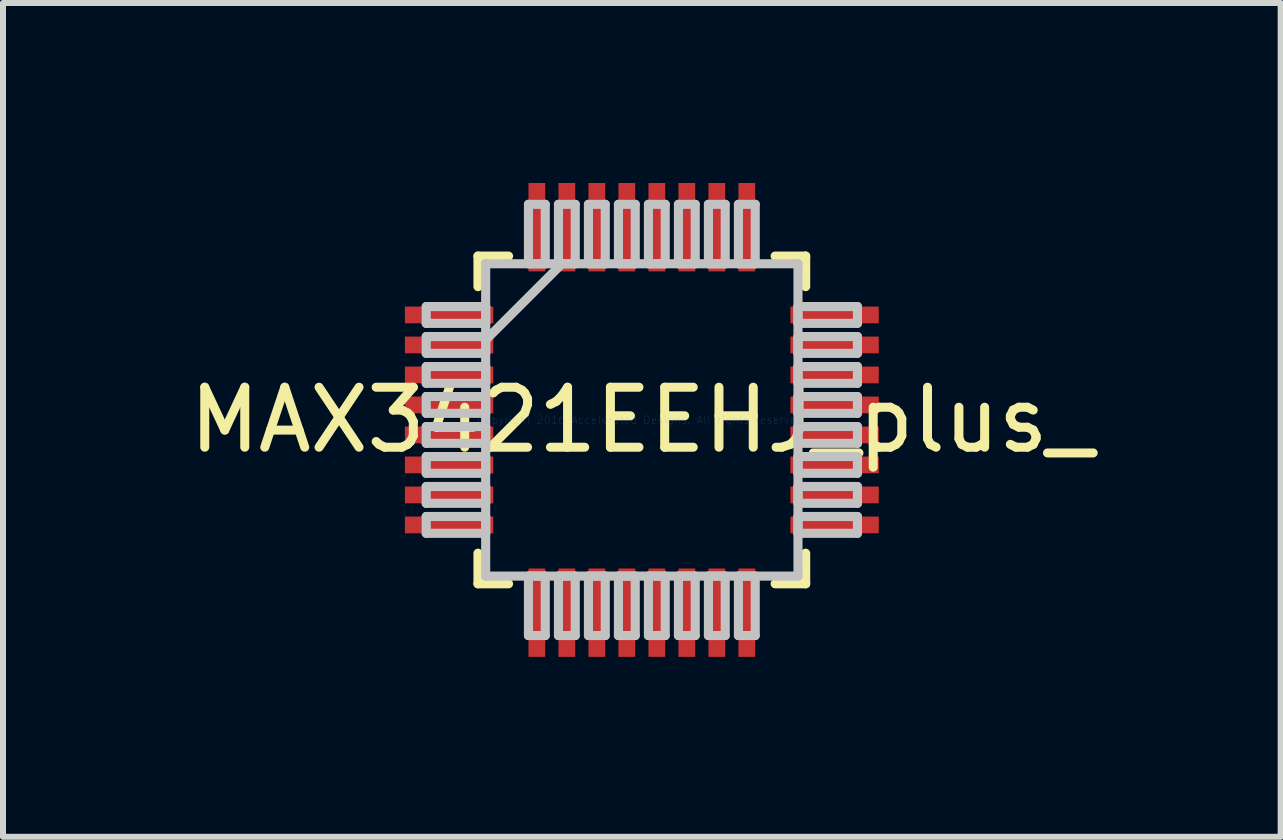
<source format=kicad_pcb>
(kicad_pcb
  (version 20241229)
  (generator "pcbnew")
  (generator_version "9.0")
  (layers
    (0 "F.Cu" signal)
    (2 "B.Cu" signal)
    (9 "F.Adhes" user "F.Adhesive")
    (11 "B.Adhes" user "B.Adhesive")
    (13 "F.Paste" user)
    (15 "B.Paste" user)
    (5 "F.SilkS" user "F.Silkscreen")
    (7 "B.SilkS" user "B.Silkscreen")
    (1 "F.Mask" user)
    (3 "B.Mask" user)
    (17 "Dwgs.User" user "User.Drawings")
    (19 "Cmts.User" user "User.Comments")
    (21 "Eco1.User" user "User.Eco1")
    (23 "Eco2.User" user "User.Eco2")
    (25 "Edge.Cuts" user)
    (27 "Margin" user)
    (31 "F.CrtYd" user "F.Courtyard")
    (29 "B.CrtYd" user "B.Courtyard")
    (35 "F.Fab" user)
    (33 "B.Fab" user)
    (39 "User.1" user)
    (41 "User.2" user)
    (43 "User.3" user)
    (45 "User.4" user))
  (footprint "MAX3421EEHJ_plus_"
    (layer "F.Cu")
    (at 7.649 3.95)
    (property "Reference" "MAX3421EEHJ_plus_" (at 0 0 0) (layer "F.SilkS") (effects (font (size 1 1) (thickness 0.15))))
    (attr through_hole)
    (fp_line (start -2.731 -2.731) (end -2.731 -2.222) (stroke (width 0.152) (type solid)) (layer "F.SilkS"))
    (fp_line (start -2.731 2.222) (end -2.731 2.731) (stroke (width 0.152) (type solid)) (layer "F.SilkS"))
    (fp_line (start -2.731 2.731) (end -2.222 2.731) (stroke (width 0.152) (type solid)) (layer "F.SilkS"))
    (fp_line (start -2.222 -2.731) (end -2.731 -2.731) (stroke (width 0.152) (type solid)) (layer "F.SilkS"))
    (fp_line (start 2.222 2.731) (end 2.731 2.731) (stroke (width 0.152) (type solid)) (layer "F.SilkS"))
    (fp_line (start 2.731 -2.731) (end 2.222 -2.731) (stroke (width 0.152) (type solid)) (layer "F.SilkS"))
    (fp_line (start 2.731 -2.222) (end 2.731 -2.731) (stroke (width 0.152) (type solid)) (layer "F.SilkS"))
    (fp_line (start 2.731 2.731) (end 2.731 2.222) (stroke (width 0.152) (type solid)) (layer "F.SilkS"))
    (fp_line (start -3.594 -1.89) (end -3.594 -1.61) (stroke (width 0.152) (type solid)) (layer "Dwgs.User"))
    (fp_line (start -3.594 -1.61) (end -2.603 -1.61) (stroke (width 0.152) (type solid)) (layer "Dwgs.User"))
    (fp_line (start -3.594 -1.39) (end -3.594 -1.11) (stroke (width 0.152) (type solid)) (layer "Dwgs.User"))
    (fp_line (start -3.594 -1.11) (end -2.603 -1.11) (stroke (width 0.152) (type solid)) (layer "Dwgs.User"))
    (fp_line (start -3.594 -0.89) (end -3.594 -0.61) (stroke (width 0.152) (type solid)) (layer "Dwgs.User"))
    (fp_line (start -3.594 -0.61) (end -2.603 -0.61) (stroke (width 0.152) (type solid)) (layer "Dwgs.User"))
    (fp_line (start -3.594 -0.39) (end -3.594 -0.11) (stroke (width 0.152) (type solid)) (layer "Dwgs.User"))
    (fp_line (start -3.594 -0.11) (end -2.603 -0.11) (stroke (width 0.152) (type solid)) (layer "Dwgs.User"))
    (fp_line (start -3.594 0.11) (end -3.594 0.39) (stroke (width 0.152) (type solid)) (layer "Dwgs.User"))
    (fp_line (start -3.594 0.39) (end -2.603 0.39) (stroke (width 0.152) (type solid)) (layer "Dwgs.User"))
    (fp_line (start -3.594 0.61) (end -3.594 0.89) (stroke (width 0.152) (type solid)) (layer "Dwgs.User"))
    (fp_line (start -3.594 0.89) (end -2.603 0.89) (stroke (width 0.152) (type solid)) (layer "Dwgs.User"))
    (fp_line (start -3.594 1.11) (end -3.594 1.39) (stroke (width 0.152) (type solid)) (layer "Dwgs.User"))
    (fp_line (start -3.594 1.39) (end -2.603 1.39) (stroke (width 0.152) (type solid)) (layer "Dwgs.User"))
    (fp_line (start -3.594 1.61) (end -3.594 1.89) (stroke (width 0.152) (type solid)) (layer "Dwgs.User"))
    (fp_line (start -3.594 1.89) (end -2.603 1.89) (stroke (width 0.152) (type solid)) (layer "Dwgs.User"))
    (fp_line (start -2.603 -2.603) (end -2.603 -2.603) (stroke (width 0.152) (type solid)) (layer "Dwgs.User"))
    (fp_line (start -2.603 -2.603) (end -2.603 2.603) (stroke (width 0.152) (type solid)) (layer "Dwgs.User"))
    (fp_line (start -2.603 -1.89) (end -3.594 -1.89) (stroke (width 0.152) (type solid)) (layer "Dwgs.User"))
    (fp_line (start -2.603 -1.61) (end -2.603 -1.89) (stroke (width 0.152) (type solid)) (layer "Dwgs.User"))
    (fp_line (start -2.603 -1.39) (end -3.594 -1.39) (stroke (width 0.152) (type solid)) (layer "Dwgs.User"))
    (fp_line (start -2.603 -1.333) (end -1.333 -2.603) (stroke (width 0.152) (type solid)) (layer "Dwgs.User"))
    (fp_line (start -2.603 -1.11) (end -2.603 -1.39) (stroke (width 0.152) (type solid)) (layer "Dwgs.User"))
    (fp_line (start -2.603 -0.89) (end -3.594 -0.89) (stroke (width 0.152) (type solid)) (layer "Dwgs.User"))
    (fp_line (start -2.603 -0.61) (end -2.603 -0.89) (stroke (width 0.152) (type solid)) (layer "Dwgs.User"))
    (fp_line (start -2.603 -0.39) (end -3.594 -0.39) (stroke (width 0.152) (type solid)) (layer "Dwgs.User"))
    (fp_line (start -2.603 -0.11) (end -2.603 -0.39) (stroke (width 0.152) (type solid)) (layer "Dwgs.User"))
    (fp_line (start -2.603 0.11) (end -3.594 0.11) (stroke (width 0.152) (type solid)) (layer "Dwgs.User"))
    (fp_line (start -2.603 0.39) (end -2.603 0.11) (stroke (width 0.152) (type solid)) (layer "Dwgs.User"))
    (fp_line (start -2.603 0.61) (end -3.594 0.61) (stroke (width 0.152) (type solid)) (layer "Dwgs.User"))
    (fp_line (start -2.603 0.89) (end -2.603 0.61) (stroke (width 0.152) (type solid)) (layer "Dwgs.User"))
    (fp_line (start -2.603 1.11) (end -3.594 1.11) (stroke (width 0.152) (type solid)) (layer "Dwgs.User"))
    (fp_line (start -2.603 1.39) (end -2.603 1.11) (stroke (width 0.152) (type solid)) (layer "Dwgs.User"))
    (fp_line (start -2.603 1.61) (end -3.594 1.61) (stroke (width 0.152) (type solid)) (layer "Dwgs.User"))
    (fp_line (start -2.603 1.89) (end -2.603 1.61) (stroke (width 0.152) (type solid)) (layer "Dwgs.User"))
    (fp_line (start -2.603 2.603) (end -2.603 2.603) (stroke (width 0.152) (type solid)) (layer "Dwgs.User"))
    (fp_line (start -2.603 2.603) (end 2.603 2.603) (stroke (width 0.152) (type solid)) (layer "Dwgs.User"))
    (fp_line (start -1.89 -3.594) (end -1.89 -2.603) (stroke (width 0.152) (type solid)) (layer "Dwgs.User"))
    (fp_line (start -1.89 -2.603) (end -1.61 -2.603) (stroke (width 0.152) (type solid)) (layer "Dwgs.User"))
    (fp_line (start -1.89 2.603) (end -1.89 3.594) (stroke (width 0.152) (type solid)) (layer "Dwgs.User"))
    (fp_line (start -1.89 3.594) (end -1.61 3.594) (stroke (width 0.152) (type solid)) (layer "Dwgs.User"))
    (fp_line (start -1.61 -3.594) (end -1.89 -3.594) (stroke (width 0.152) (type solid)) (layer "Dwgs.User"))
    (fp_line (start -1.61 -2.603) (end -1.61 -3.594) (stroke (width 0.152) (type solid)) (layer "Dwgs.User"))
    (fp_line (start -1.61 2.603) (end -1.89 2.603) (stroke (width 0.152) (type solid)) (layer "Dwgs.User"))
    (fp_line (start -1.61 3.594) (end -1.61 2.603) (stroke (width 0.152) (type solid)) (layer "Dwgs.User"))
    (fp_line (start -1.39 -3.594) (end -1.39 -2.603) (stroke (width 0.152) (type solid)) (layer "Dwgs.User"))
    (fp_line (start -1.39 -2.603) (end -1.11 -2.603) (stroke (width 0.152) (type solid)) (layer "Dwgs.User"))
    (fp_line (start -1.39 2.603) (end -1.39 3.594) (stroke (width 0.152) (type solid)) (layer "Dwgs.User"))
    (fp_line (start -1.39 3.594) (end -1.11 3.594) (stroke (width 0.152) (type solid)) (layer "Dwgs.User"))
    (fp_line (start -1.11 -3.594) (end -1.39 -3.594) (stroke (width 0.152) (type solid)) (layer "Dwgs.User"))
    (fp_line (start -1.11 -2.603) (end -1.11 -3.594) (stroke (width 0.152) (type solid)) (layer "Dwgs.User"))
    (fp_line (start -1.11 2.603) (end -1.39 2.603) (stroke (width 0.152) (type solid)) (layer "Dwgs.User"))
    (fp_line (start -1.11 3.594) (end -1.11 2.603) (stroke (width 0.152) (type solid)) (layer "Dwgs.User"))
    (fp_line (start -0.89 -3.594) (end -0.89 -2.603) (stroke (width 0.152) (type solid)) (layer "Dwgs.User"))
    (fp_line (start -0.89 -2.603) (end -0.61 -2.603) (stroke (width 0.152) (type solid)) (layer "Dwgs.User"))
    (fp_line (start -0.89 2.603) (end -0.89 3.594) (stroke (width 0.152) (type solid)) (layer "Dwgs.User"))
    (fp_line (start -0.89 3.594) (end -0.61 3.594) (stroke (width 0.152) (type solid)) (layer "Dwgs.User"))
    (fp_line (start -0.61 -3.594) (end -0.89 -3.594) (stroke (width 0.152) (type solid)) (layer "Dwgs.User"))
    (fp_line (start -0.61 -2.603) (end -0.61 -3.594) (stroke (width 0.152) (type solid)) (layer "Dwgs.User"))
    (fp_line (start -0.61 2.603) (end -0.89 2.603) (stroke (width 0.152) (type solid)) (layer "Dwgs.User"))
    (fp_line (start -0.61 3.594) (end -0.61 2.603) (stroke (width 0.152) (type solid)) (layer "Dwgs.User"))
    (fp_line (start -0.39 -3.594) (end -0.39 -2.603) (stroke (width 0.152) (type solid)) (layer "Dwgs.User"))
    (fp_line (start -0.39 -2.603) (end -0.11 -2.603) (stroke (width 0.152) (type solid)) (layer "Dwgs.User"))
    (fp_line (start -0.39 2.603) (end -0.39 3.594) (stroke (width 0.152) (type solid)) (layer "Dwgs.User"))
    (fp_line (start -0.39 3.594) (end -0.11 3.594) (stroke (width 0.152) (type solid)) (layer "Dwgs.User"))
    (fp_line (start -0.11 -3.594) (end -0.39 -3.594) (stroke (width 0.152) (type solid)) (layer "Dwgs.User"))
    (fp_line (start -0.11 -2.603) (end -0.11 -3.594) (stroke (width 0.152) (type solid)) (layer "Dwgs.User"))
    (fp_line (start -0.11 2.603) (end -0.39 2.603) (stroke (width 0.152) (type solid)) (layer "Dwgs.User"))
    (fp_line (start -0.11 3.594) (end -0.11 2.603) (stroke (width 0.152) (type solid)) (layer "Dwgs.User"))
    (fp_line (start 0.11 -3.594) (end 0.11 -2.603) (stroke (width 0.152) (type solid)) (layer "Dwgs.User"))
    (fp_line (start 0.11 -2.603) (end 0.39 -2.603) (stroke (width 0.152) (type solid)) (layer "Dwgs.User"))
    (fp_line (start 0.11 2.603) (end 0.11 3.594) (stroke (width 0.152) (type solid)) (layer "Dwgs.User"))
    (fp_line (start 0.11 3.594) (end 0.39 3.594) (stroke (width 0.152) (type solid)) (layer "Dwgs.User"))
    (fp_line (start 0.39 -3.594) (end 0.11 -3.594) (stroke (width 0.152) (type solid)) (layer "Dwgs.User"))
    (fp_line (start 0.39 -2.603) (end 0.39 -3.594) (stroke (width 0.152) (type solid)) (layer "Dwgs.User"))
    (fp_line (start 0.39 2.603) (end 0.11 2.603) (stroke (width 0.152) (type solid)) (layer "Dwgs.User"))
    (fp_line (start 0.39 3.594) (end 0.39 2.603) (stroke (width 0.152) (type solid)) (layer "Dwgs.User"))
    (fp_line (start 0.61 -3.594) (end 0.61 -2.603) (stroke (width 0.152) (type solid)) (layer "Dwgs.User"))
    (fp_line (start 0.61 -2.603) (end 0.89 -2.603) (stroke (width 0.152) (type solid)) (layer "Dwgs.User"))
    (fp_line (start 0.61 2.603) (end 0.61 3.594) (stroke (width 0.152) (type solid)) (layer "Dwgs.User"))
    (fp_line (start 0.61 3.594) (end 0.89 3.594) (stroke (width 0.152) (type solid)) (layer "Dwgs.User"))
    (fp_line (start 0.89 -3.594) (end 0.61 -3.594) (stroke (width 0.152) (type solid)) (layer "Dwgs.User"))
    (fp_line (start 0.89 -2.603) (end 0.89 -3.594) (stroke (width 0.152) (type solid)) (layer "Dwgs.User"))
    (fp_line (start 0.89 2.603) (end 0.61 2.603) (stroke (width 0.152) (type solid)) (layer "Dwgs.User"))
    (fp_line (start 0.89 3.594) (end 0.89 2.603) (stroke (width 0.152) (type solid)) (layer "Dwgs.User"))
    (fp_line (start 1.11 -3.594) (end 1.11 -2.603) (stroke (width 0.152) (type solid)) (layer "Dwgs.User"))
    (fp_line (start 1.11 -2.603) (end 1.39 -2.603) (stroke (width 0.152) (type solid)) (layer "Dwgs.User"))
    (fp_line (start 1.11 2.603) (end 1.11 3.594) (stroke (width 0.152) (type solid)) (layer "Dwgs.User"))
    (fp_line (start 1.11 3.594) (end 1.39 3.594) (stroke (width 0.152) (type solid)) (layer "Dwgs.User"))
    (fp_line (start 1.39 -3.594) (end 1.11 -3.594) (stroke (width 0.152) (type solid)) (layer "Dwgs.User"))
    (fp_line (start 1.39 -2.603) (end 1.39 -3.594) (stroke (width 0.152) (type solid)) (layer "Dwgs.User"))
    (fp_line (start 1.39 2.603) (end 1.11 2.603) (stroke (width 0.152) (type solid)) (layer "Dwgs.User"))
    (fp_line (start 1.39 3.594) (end 1.39 2.603) (stroke (width 0.152) (type solid)) (layer "Dwgs.User"))
    (fp_line (start 1.61 -3.594) (end 1.61 -2.603) (stroke (width 0.152) (type solid)) (layer "Dwgs.User"))
    (fp_line (start 1.61 -2.603) (end 1.89 -2.603) (stroke (width 0.152) (type solid)) (layer "Dwgs.User"))
    (fp_line (start 1.61 2.603) (end 1.61 3.594) (stroke (width 0.152) (type solid)) (layer "Dwgs.User"))
    (fp_line (start 1.61 3.594) (end 1.89 3.594) (stroke (width 0.152) (type solid)) (layer "Dwgs.User"))
    (fp_line (start 1.89 -3.594) (end 1.61 -3.594) (stroke (width 0.152) (type solid)) (layer "Dwgs.User"))
    (fp_line (start 1.89 -2.603) (end 1.89 -3.594) (stroke (width 0.152) (type solid)) (layer "Dwgs.User"))
    (fp_line (start 1.89 2.603) (end 1.61 2.603) (stroke (width 0.152) (type solid)) (layer "Dwgs.User"))
    (fp_line (start 1.89 3.594) (end 1.89 2.603) (stroke (width 0.152) (type solid)) (layer "Dwgs.User"))
    (fp_line (start 2.603 -2.603) (end -2.603 -2.603) (stroke (width 0.152) (type solid)) (layer "Dwgs.User"))
    (fp_line (start 2.603 -2.603) (end 2.603 -2.603) (stroke (width 0.152) (type solid)) (layer "Dwgs.User"))
    (fp_line (start 2.603 -1.89) (end 2.603 -1.61) (stroke (width 0.152) (type solid)) (layer "Dwgs.User"))
    (fp_line (start 2.603 -1.61) (end 3.594 -1.61) (stroke (width 0.152) (type solid)) (layer "Dwgs.User"))
    (fp_line (start 2.603 -1.39) (end 2.603 -1.11) (stroke (width 0.152) (type solid)) (layer "Dwgs.User"))
    (fp_line (start 2.603 -1.11) (end 3.594 -1.11) (stroke (width 0.152) (type solid)) (layer "Dwgs.User"))
    (fp_line (start 2.603 -0.89) (end 2.603 -0.61) (stroke (width 0.152) (type solid)) (layer "Dwgs.User"))
    (fp_line (start 2.603 -0.61) (end 3.594 -0.61) (stroke (width 0.152) (type solid)) (layer "Dwgs.User"))
    (fp_line (start 2.603 -0.39) (end 2.603 -0.11) (stroke (width 0.152) (type solid)) (layer "Dwgs.User"))
    (fp_line (start 2.603 -0.11) (end 3.594 -0.11) (stroke (width 0.152) (type solid)) (layer "Dwgs.User"))
    (fp_line (start 2.603 0.11) (end 2.603 0.39) (stroke (width 0.152) (type solid)) (layer "Dwgs.User"))
    (fp_line (start 2.603 0.39) (end 3.594 0.39) (stroke (width 0.152) (type solid)) (layer "Dwgs.User"))
    (fp_line (start 2.603 0.61) (end 2.603 0.89) (stroke (width 0.152) (type solid)) (layer "Dwgs.User"))
    (fp_line (start 2.603 0.89) (end 3.594 0.89) (stroke (width 0.152) (type solid)) (layer "Dwgs.User"))
    (fp_line (start 2.603 1.11) (end 2.603 1.39) (stroke (width 0.152) (type solid)) (layer "Dwgs.User"))
    (fp_line (start 2.603 1.39) (end 3.594 1.39) (stroke (width 0.152) (type solid)) (layer "Dwgs.User"))
    (fp_line (start 2.603 1.61) (end 2.603 1.89) (stroke (width 0.152) (type solid)) (layer "Dwgs.User"))
    (fp_line (start 2.603 1.89) (end 3.594 1.89) (stroke (width 0.152) (type solid)) (layer "Dwgs.User"))
    (fp_line (start 2.603 2.603) (end 2.603 -2.603) (stroke (width 0.152) (type solid)) (layer "Dwgs.User"))
    (fp_line (start 2.603 2.603) (end 2.603 2.603) (stroke (width 0.152) (type solid)) (layer "Dwgs.User"))
    (fp_line (start 3.594 -1.89) (end 2.603 -1.89) (stroke (width 0.152) (type solid)) (layer "Dwgs.User"))
    (fp_line (start 3.594 -1.61) (end 3.594 -1.89) (stroke (width 0.152) (type solid)) (layer "Dwgs.User"))
    (fp_line (start 3.594 -1.39) (end 2.603 -1.39) (stroke (width 0.152) (type solid)) (layer "Dwgs.User"))
    (fp_line (start 3.594 -1.11) (end 3.594 -1.39) (stroke (width 0.152) (type solid)) (layer "Dwgs.User"))
    (fp_line (start 3.594 -0.89) (end 2.603 -0.89) (stroke (width 0.152) (type solid)) (layer "Dwgs.User"))
    (fp_line (start 3.594 -0.61) (end 3.594 -0.89) (stroke (width 0.152) (type solid)) (layer "Dwgs.User"))
    (fp_line (start 3.594 -0.39) (end 2.603 -0.39) (stroke (width 0.152) (type solid)) (layer "Dwgs.User"))
    (fp_line (start 3.594 -0.11) (end 3.594 -0.39) (stroke (width 0.152) (type solid)) (layer "Dwgs.User"))
    (fp_line (start 3.594 0.11) (end 2.603 0.11) (stroke (width 0.152) (type solid)) (layer "Dwgs.User"))
    (fp_line (start 3.594 0.39) (end 3.594 0.11) (stroke (width 0.152) (type solid)) (layer "Dwgs.User"))
    (fp_line (start 3.594 0.61) (end 2.603 0.61) (stroke (width 0.152) (type solid)) (layer "Dwgs.User"))
    (fp_line (start 3.594 0.89) (end 3.594 0.61) (stroke (width 0.152) (type solid)) (layer "Dwgs.User"))
    (fp_line (start 3.594 1.11) (end 2.603 1.11) (stroke (width 0.152) (type solid)) (layer "Dwgs.User"))
    (fp_line (start 3.594 1.39) (end 3.594 1.11) (stroke (width 0.152) (type solid)) (layer "Dwgs.User"))
    (fp_line (start 3.594 1.61) (end 2.603 1.61) (stroke (width 0.152) (type solid)) (layer "Dwgs.User"))
    (fp_line (start 3.594 1.89) (end 3.594 1.61) (stroke (width 0.152) (type solid)) (layer "Dwgs.User"))
    (fp_text user "Copyright 2016 Accelerated Designs. All rights reserved." (at 0 0 0) (layer "Cmts.User") (effects (font (size 0.127 0.127) (thickness 0.002))))
    (pad "" smd rect (at -3.213 -1.75 90) (size 0.279 1.473) (layers "F.Mask"))
    (pad "" smd rect (at -3.213 -1.75 90) (size 0.279 1.473) (layers "F.Paste"))
    (pad "" smd rect (at -3.213 -1.25 90) (size 0.279 1.473) (layers "F.Mask"))
    (pad "" smd rect (at -3.213 -1.25 90) (size 0.279 1.473) (layers "F.Paste"))
    (pad "" smd rect (at -3.213 -0.75 90) (size 0.279 1.473) (layers "F.Mask"))
    (pad "" smd rect (at -3.213 -0.75 90) (size 0.279 1.473) (layers "F.Paste"))
    (pad "" smd rect (at -3.213 -0.25 90) (size 0.279 1.473) (layers "F.Mask"))
    (pad "" smd rect (at -3.213 -0.25 90) (size 0.279 1.473) (layers "F.Paste"))
    (pad "" smd rect (at -3.213 0.25 90) (size 0.279 1.473) (layers "F.Mask"))
    (pad "" smd rect (at -3.213 0.25 90) (size 0.279 1.473) (layers "F.Paste"))
    (pad "" smd rect (at -3.213 0.75 90) (size 0.279 1.473) (layers "F.Mask"))
    (pad "" smd rect (at -3.213 0.75 90) (size 0.279 1.473) (layers "F.Paste"))
    (pad "" smd rect (at -3.213 1.25 90) (size 0.279 1.473) (layers "F.Mask"))
    (pad "" smd rect (at -3.213 1.25 90) (size 0.279 1.473) (layers "F.Paste"))
    (pad "" smd rect (at -3.213 1.75 90) (size 0.279 1.473) (layers "F.Mask"))
    (pad "" smd rect (at -3.213 1.75 90) (size 0.279 1.473) (layers "F.Paste"))
    (pad "" smd rect (at -1.75 -3.213) (size 0.279 1.473) (layers "F.Mask"))
    (pad "" smd rect (at -1.75 -3.213) (size 0.279 1.473) (layers "F.Paste"))
    (pad "" smd rect (at -1.75 3.213) (size 0.279 1.473) (layers "F.Mask"))
    (pad "" smd rect (at -1.75 3.213) (size 0.279 1.473) (layers "F.Paste"))
    (pad "" smd rect (at -1.25 -3.213) (size 0.279 1.473) (layers "F.Mask"))
    (pad "" smd rect (at -1.25 -3.213) (size 0.279 1.473) (layers "F.Paste"))
    (pad "" smd rect (at -1.25 3.213) (size 0.279 1.473) (layers "F.Mask"))
    (pad "" smd rect (at -1.25 3.213) (size 0.279 1.473) (layers "F.Paste"))
    (pad "" smd rect (at -0.75 -3.213) (size 0.279 1.473) (layers "F.Mask"))
    (pad "" smd rect (at -0.75 -3.213) (size 0.279 1.473) (layers "F.Paste"))
    (pad "" smd rect (at -0.75 3.213) (size 0.279 1.473) (layers "F.Mask"))
    (pad "" smd rect (at -0.75 3.213) (size 0.279 1.473) (layers "F.Paste"))
    (pad "" smd rect (at -0.25 -3.213) (size 0.279 1.473) (layers "F.Mask"))
    (pad "" smd rect (at -0.25 -3.213) (size 0.279 1.473) (layers "F.Paste"))
    (pad "" smd rect (at -0.25 3.213) (size 0.279 1.473) (layers "F.Mask"))
    (pad "" smd rect (at -0.25 3.213) (size 0.279 1.473) (layers "F.Paste"))
    (pad "" smd rect (at 0.25 -3.213) (size 0.279 1.473) (layers "F.Mask"))
    (pad "" smd rect (at 0.25 -3.213) (size 0.279 1.473) (layers "F.Paste"))
    (pad "" smd rect (at 0.25 3.213) (size 0.279 1.473) (layers "F.Mask"))
    (pad "" smd rect (at 0.25 3.213) (size 0.279 1.473) (layers "F.Paste"))
    (pad "" smd rect (at 0.75 -3.213) (size 0.279 1.473) (layers "F.Mask"))
    (pad "" smd rect (at 0.75 -3.213) (size 0.279 1.473) (layers "F.Paste"))
    (pad "" smd rect (at 0.75 3.213) (size 0.279 1.473) (layers "F.Mask"))
    (pad "" smd rect (at 0.75 3.213) (size 0.279 1.473) (layers "F.Paste"))
    (pad "" smd rect (at 1.25 -3.213) (size 0.279 1.473) (layers "F.Mask"))
    (pad "" smd rect (at 1.25 -3.213) (size 0.279 1.473) (layers "F.Paste"))
    (pad "" smd rect (at 1.25 3.213) (size 0.279 1.473) (layers "F.Mask"))
    (pad "" smd rect (at 1.25 3.213) (size 0.279 1.473) (layers "F.Paste"))
    (pad "" smd rect (at 1.75 -3.213) (size 0.279 1.473) (layers "F.Mask"))
    (pad "" smd rect (at 1.75 -3.213) (size 0.279 1.473) (layers "F.Paste"))
    (pad "" smd rect (at 1.75 3.213) (size 0.279 1.473) (layers "F.Mask"))
    (pad "" smd rect (at 1.75 3.213) (size 0.279 1.473) (layers "F.Paste"))
    (pad "" smd rect (at 3.213 -1.75 90) (size 0.279 1.473) (layers "F.Mask"))
    (pad "" smd rect (at 3.213 -1.75 90) (size 0.279 1.473) (layers "F.Paste"))
    (pad "" smd rect (at 3.213 -1.25 90) (size 0.279 1.473) (layers "F.Mask"))
    (pad "" smd rect (at 3.213 -1.25 90) (size 0.279 1.473) (layers "F.Paste"))
    (pad "" smd rect (at 3.213 -0.75 90) (size 0.279 1.473) (layers "F.Mask"))
    (pad "" smd rect (at 3.213 -0.75 90) (size 0.279 1.473) (layers "F.Paste"))
    (pad "" smd rect (at 3.213 -0.25 90) (size 0.279 1.473) (layers "F.Mask"))
    (pad "" smd rect (at 3.213 -0.25 90) (size 0.279 1.473) (layers "F.Paste"))
    (pad "" smd rect (at 3.213 0.25 90) (size 0.279 1.473) (layers "F.Mask"))
    (pad "" smd rect (at 3.213 0.25 90) (size 0.279 1.473) (layers "F.Paste"))
    (pad "" smd rect (at 3.213 0.75 90) (size 0.279 1.473) (layers "F.Mask"))
    (pad "" smd rect (at 3.213 0.75 90) (size 0.279 1.473) (layers "F.Paste"))
    (pad "" smd rect (at 3.213 1.25 90) (size 0.279 1.473) (layers "F.Mask"))
    (pad "" smd rect (at 3.213 1.25 90) (size 0.279 1.473) (layers "F.Paste"))
    (pad "" smd rect (at 3.213 1.75 90) (size 0.279 1.473) (layers "F.Mask"))
    (pad "" smd rect (at 3.213 1.75 90) (size 0.279 1.473) (layers "F.Paste"))
    (pad "1" smd rect (at -3.213 -1.75 90) (size 0.279 1.473) (layers "F.Cu"))
    (pad "2" smd rect (at -3.213 -1.25 90) (size 0.279 1.473) (layers "F.Cu"))
    (pad "3" smd rect (at -3.213 -0.75 90) (size 0.279 1.473) (layers "F.Cu"))
    (pad "4" smd rect (at -3.213 -0.25 90) (size 0.279 1.473) (layers "F.Cu"))
    (pad "5" smd rect (at -3.213 0.25 90) (size 0.279 1.473) (layers "F.Cu"))
    (pad "6" smd rect (at -3.213 0.75 90) (size 0.279 1.473) (layers "F.Cu"))
    (pad "7" smd rect (at -3.213 1.25 90) (size 0.279 1.473) (layers "F.Cu"))
    (pad "8" smd rect (at -3.213 1.75 90) (size 0.279 1.473) (layers "F.Cu"))
    (pad "9" smd rect (at -1.75 3.213) (size 0.279 1.473) (layers "F.Cu"))
    (pad "10" smd rect (at -1.25 3.213) (size 0.279 1.473) (layers "F.Cu"))
    (pad "11" smd rect (at -0.75 3.213) (size 0.279 1.473) (layers "F.Cu"))
    (pad "12" smd rect (at -0.25 3.213) (size 0.279 1.473) (layers "F.Cu"))
    (pad "13" smd rect (at 0.25 3.213) (size 0.279 1.473) (layers "F.Cu"))
    (pad "14" smd rect (at 0.75 3.213) (size 0.279 1.473) (layers "F.Cu"))
    (pad "15" smd rect (at 1.25 3.213) (size 0.279 1.473) (layers "F.Cu"))
    (pad "16" smd rect (at 1.75 3.213) (size 0.279 1.473) (layers "F.Cu"))
    (pad "17" smd rect (at 3.213 1.75 90) (size 0.279 1.473) (layers "F.Cu"))
    (pad "18" smd rect (at 3.213 1.25 90) (size 0.279 1.473) (layers "F.Cu"))
    (pad "19" smd rect (at 3.213 0.75 90) (size 0.279 1.473) (layers "F.Cu"))
    (pad "20" smd rect (at 3.213 0.25 90) (size 0.279 1.473) (layers "F.Cu"))
    (pad "21" smd rect (at 3.213 -0.25 90) (size 0.279 1.473) (layers "F.Cu"))
    (pad "22" smd rect (at 3.213 -0.75 90) (size 0.279 1.473) (layers "F.Cu"))
    (pad "23" smd rect (at 3.213 -1.25 90) (size 0.279 1.473) (layers "F.Cu"))
    (pad "24" smd rect (at 3.213 -1.75 90) (size 0.279 1.473) (layers "F.Cu"))
    (pad "25" smd rect (at 1.75 -3.213) (size 0.279 1.473) (layers "F.Cu"))
    (pad "26" smd rect (at 1.25 -3.213) (size 0.279 1.473) (layers "F.Cu"))
    (pad "27" smd rect (at 0.75 -3.213) (size 0.279 1.473) (layers "F.Cu"))
    (pad "28" smd rect (at 0.25 -3.213) (size 0.279 1.473) (layers "F.Cu"))
    (pad "29" smd rect (at -0.25 -3.213) (size 0.279 1.473) (layers "F.Cu"))
    (pad "30" smd rect (at -0.75 -3.213) (size 0.279 1.473) (layers "F.Cu"))
    (pad "31" smd rect (at -1.25 -3.213) (size 0.279 1.473) (layers "F.Cu"))
    (pad "32" smd rect (at -1.75 -3.213) (size 0.279 1.473) (layers "F.Cu")))
  (gr_rect
    (start -3 -3)
    (end 18.298 10.899)
    (stroke (width 0.1) (type default))
    (fill no)
    (layer "Edge.Cuts")))
</source>
